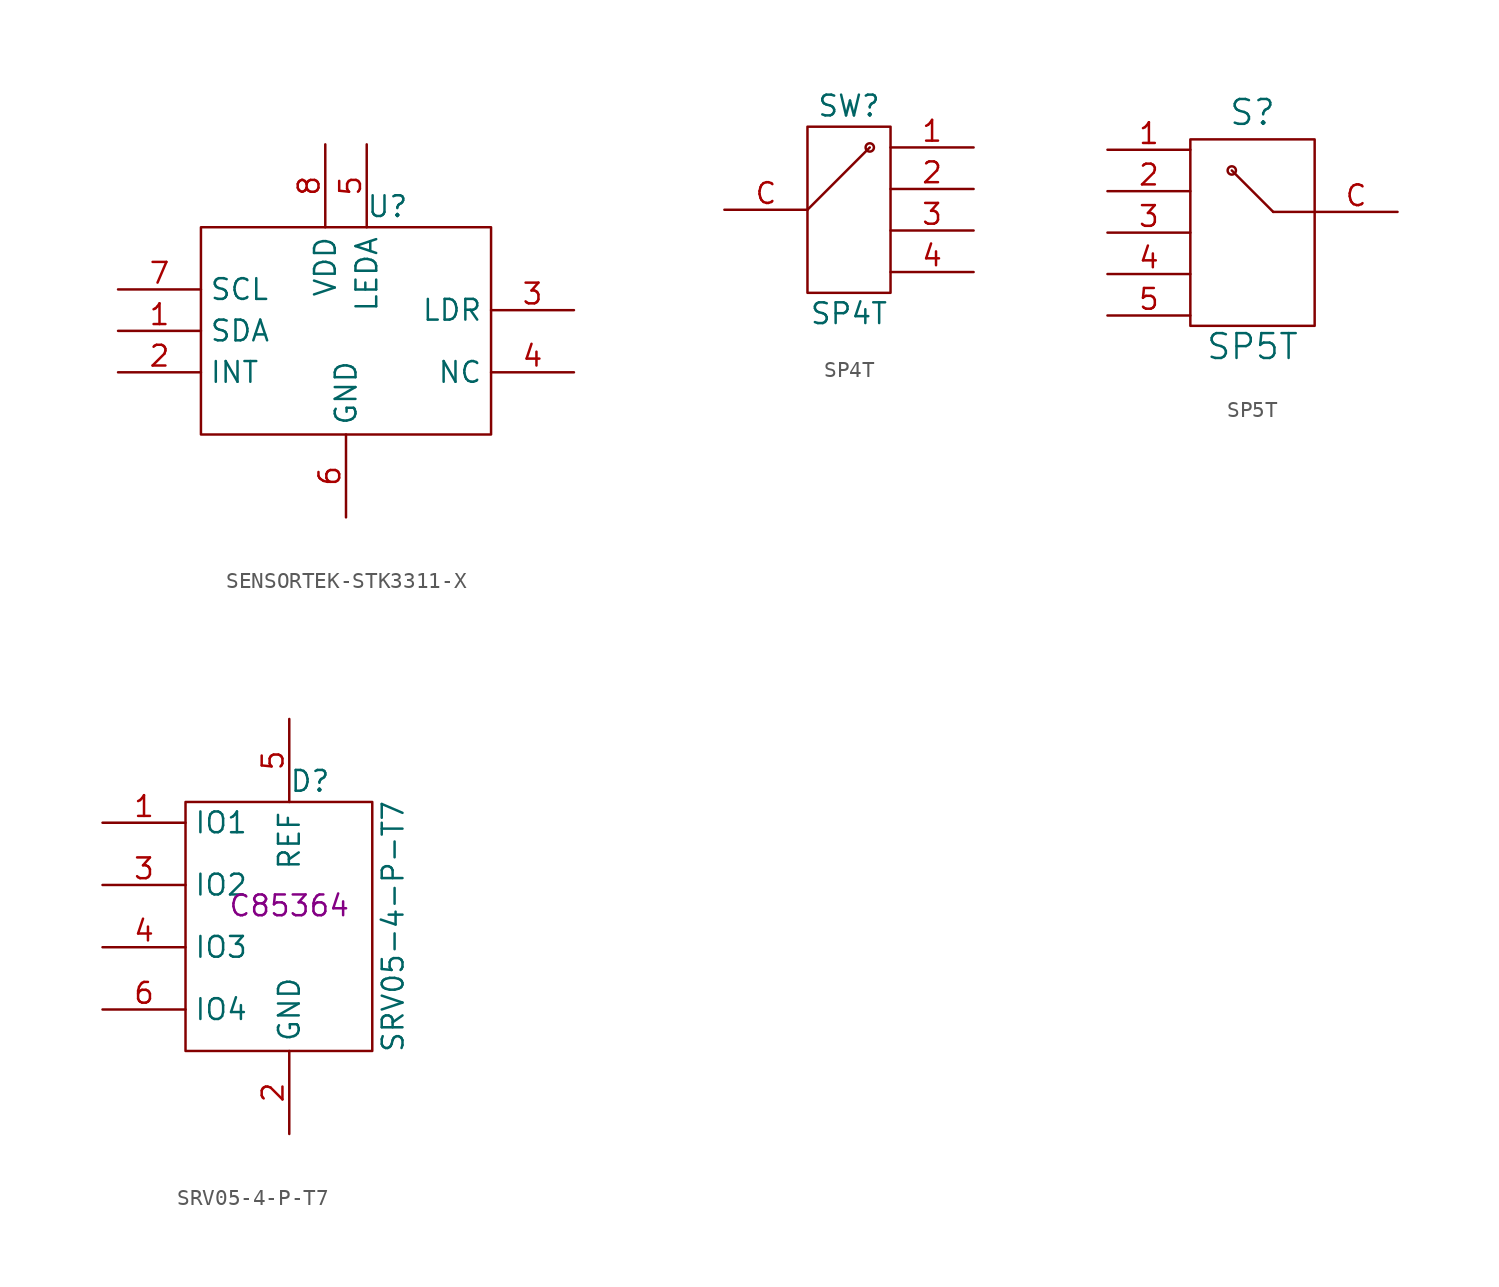
<source format=kicad_sym>
(kicad_symbol_lib
  (version 20231120)
  (generator "kicad_symbol_editor")
  (generator_version "8.0")
  (symbol "SENSORTEK-STK3311-X"
    (property "Reference" "U"
      (at 2.54 7.62 0)
      (effects (font (size 1.27 1.27))))
    (property "Value" ""
      (at 0.254 13.462 0)
      (effects (font (size 1.27 1.27))))
    (symbol "SENSORTEK-STK3311-X_0_1"
      (rectangle (start -8.89 6.35) (end 8.89 -6.35) (stroke (width 0) (type default)) (fill (type none))))
    (symbol "SENSORTEK-STK3311-X_1_1"
      (pin bidirectional line (at -13.97 0 0) (length 5.08) (name "SDA" (effects (font (size 1.27 1.27)))) (number "1" (effects (font (size 1.27 1.27)))))
      (pin open_collector line (at -13.97 -2.54 0) (length 5.08) (name "INT" (effects (font (size 1.27 1.27)))) (number "2" (effects (font (size 1.27 1.27)))))
      (pin power_in line (at 13.97 1.27 180) (length 5.08) (name "LDR" (effects (font (size 1.27 1.27)))) (number "3" (effects (font (size 1.27 1.27)))))
      (pin unspecified line (at 13.97 -2.54 180) (length 5.08) (name "NC" (effects (font (size 1.27 1.27)))) (number "4" (effects (font (size 1.27 1.27)))))
      (pin power_in line (at 1.27 11.43 270) (length 5.08) (name "LEDA" (effects (font (size 1.27 1.27)))) (number "5" (effects (font (size 1.27 1.27)))))
      (pin power_in line (at 0 -11.43 90) (length 5.08) (name "GND" (effects (font (size 1.27 1.27)))) (number "6" (effects (font (size 1.27 1.27)))))
      (pin input line (at -13.97 2.54 0) (length 5.08) (name "SCL" (effects (font (size 1.27 1.27)))) (number "7" (effects (font (size 1.27 1.27)))))
      (pin power_in line (at -1.27 11.43 270) (length 5.08) (name "VDD" (effects (font (size 1.27 1.27)))) (number "8" (effects (font (size 1.27 1.27)))))))
  (symbol "SP4T"
    (pin_names
      (offset 1.016))
    (property "Reference" "SW"
      (at 0 6.35 0)
      (effects (font (size 1.27 1.27))))
    (property "Value" "SP4T"
      (at 0 -6.35 0)
      (effects (font (size 1.27 1.27))))
    (symbol "SP4T_0_1"
      (rectangle (start -2.54 5.08) (end 2.54 -5.08) (stroke (width 0) (type default)) (fill (type none)))
      (polyline (pts (xy -2.54 0) (xy 1.27 3.81)) (stroke (width 0) (type default)) (fill (type none)))
      (circle (center 1.27 3.81) (radius 0.254) (stroke (width 0) (type default)) (fill (type none))))
    (symbol "SP4T_1_1"
      (pin bidirectional line (at 7.62 3.81 180) (length 5.08) (name "~" (effects (font (size 1.27 1.27)))) (number "1" (effects (font (size 1.27 1.27)))))
      (pin bidirectional line (at 7.62 1.27 180) (length 5.08) (name "~" (effects (font (size 1.27 1.27)))) (number "2" (effects (font (size 1.27 1.27)))))
      (pin bidirectional line (at 7.62 -1.27 180) (length 5.08) (name "~" (effects (font (size 1.27 1.27)))) (number "3" (effects (font (size 1.27 1.27)))))
      (pin bidirectional line (at 7.62 -3.81 180) (length 5.08) (name "~" (effects (font (size 1.27 1.27)))) (number "4" (effects (font (size 1.27 1.27)))))
      (pin bidirectional line (at -7.62 0 0) (length 5.08) (name "~" (effects (font (size 1.27 1.27)))) (number "C" (effects (font (size 1.27 1.27)))))))
  (symbol "SP5T"
    (pin_names
      (offset 1.016))
    (property "Reference" "S"
      (at 0 6.096 0)
      (effects (font (size 1.524 1.524))))
    (property "Value" "SP5T"
      (at 0 -8.255 0)
      (effects (font (size 1.524 1.524))))
    (symbol "SP5T_0_1"
      (rectangle (start -3.81 4.445) (end 3.81 -6.985) (stroke (width 0) (type default)) (fill (type none)))
      (circle (center -1.27 2.54) (radius 0.254) (stroke (width 0) (type default)) (fill (type none)))
      (polyline (pts (xy 1.27 0) (xy -1.27 2.54)) (stroke (width 0) (type default)) (fill (type none)))
      (polyline (pts (xy 3.81 0) (xy 1.27 0)) (stroke (width 0) (type default)) (fill (type none))))
    (symbol "SP5T_1_1"
      (pin bidirectional line (at -8.89 3.81 0) (length 5.08) (name "~" (effects (font (size 1.27 1.27)))) (number "1" (effects (font (size 1.27 1.27)))))
      (pin bidirectional line (at -8.89 1.27 0) (length 5.08) (name "~" (effects (font (size 1.27 1.27)))) (number "2" (effects (font (size 1.27 1.27)))))
      (pin bidirectional line (at -8.89 -1.27 0) (length 5.08) (name "~" (effects (font (size 1.27 1.27)))) (number "3" (effects (font (size 1.27 1.27)))))
      (pin bidirectional line (at -8.89 -3.81 0) (length 5.08) (name "~" (effects (font (size 1.27 1.27)))) (number "4" (effects (font (size 1.27 1.27)))))
      (pin bidirectional line (at -8.89 -6.35 0) (length 5.08) (name "~" (effects (font (size 1.27 1.27)))) (number "5" (effects (font (size 1.27 1.27)))))
      (pin bidirectional line (at 8.89 0 180) (length 5.08) (name "~" (effects (font (size 1.27 1.27)))) (number "C" (effects (font (size 1.27 1.27)))))))
  (symbol "SRV05-4-P-T7"
    (property "Reference" "D"
      (at 1.27 7.62 0)
      (effects (font (size 1.27 1.27))))
    (property "Value" "SRV05-4-P-T7"
      (at 6.35 -1.27 90)
      (effects (font (size 1.27 1.27))))
    (property "LCSC" "C85364"
      (at 0 0 0)
      (effects (font (size 1.27 1.27))))
    (symbol "SRV05-4-P-T7_0_1"
      (rectangle (start -6.35 6.35) (end 5.08 -8.89) (stroke (width 0.152) (type default)) (fill (type none))))
    (symbol "SRV05-4-P-T7_1_1"
      (pin input line (at -11.43 5.08 0) (length 5.08) (name "IO1" (effects (font (size 1.27 1.27)))) (number "1" (effects (font (size 1.27 1.27)))))
      (pin power_in line (at 0 -13.97 90) (length 5.08) (name "GND" (effects (font (size 1.27 1.27)))) (number "2" (effects (font (size 1.27 1.27)))))
      (pin input line (at -11.43 1.27 0) (length 5.08) (name "IO2" (effects (font (size 1.27 1.27)))) (number "3" (effects (font (size 1.27 1.27)))))
      (pin input line (at -11.43 -2.54 0) (length 5.08) (name "IO3" (effects (font (size 1.27 1.27)))) (number "4" (effects (font (size 1.27 1.27)))))
      (pin power_in line (at 0 11.43 270) (length 5.08) (name "REF" (effects (font (size 1.27 1.27)))) (number "5" (effects (font (size 1.27 1.27)))))
      (pin input line (at -11.43 -6.35 0) (length 5.08) (name "IO4" (effects (font (size 1.27 1.27)))) (number "6" (effects (font (size 1.27 1.27))))))))
</source>
